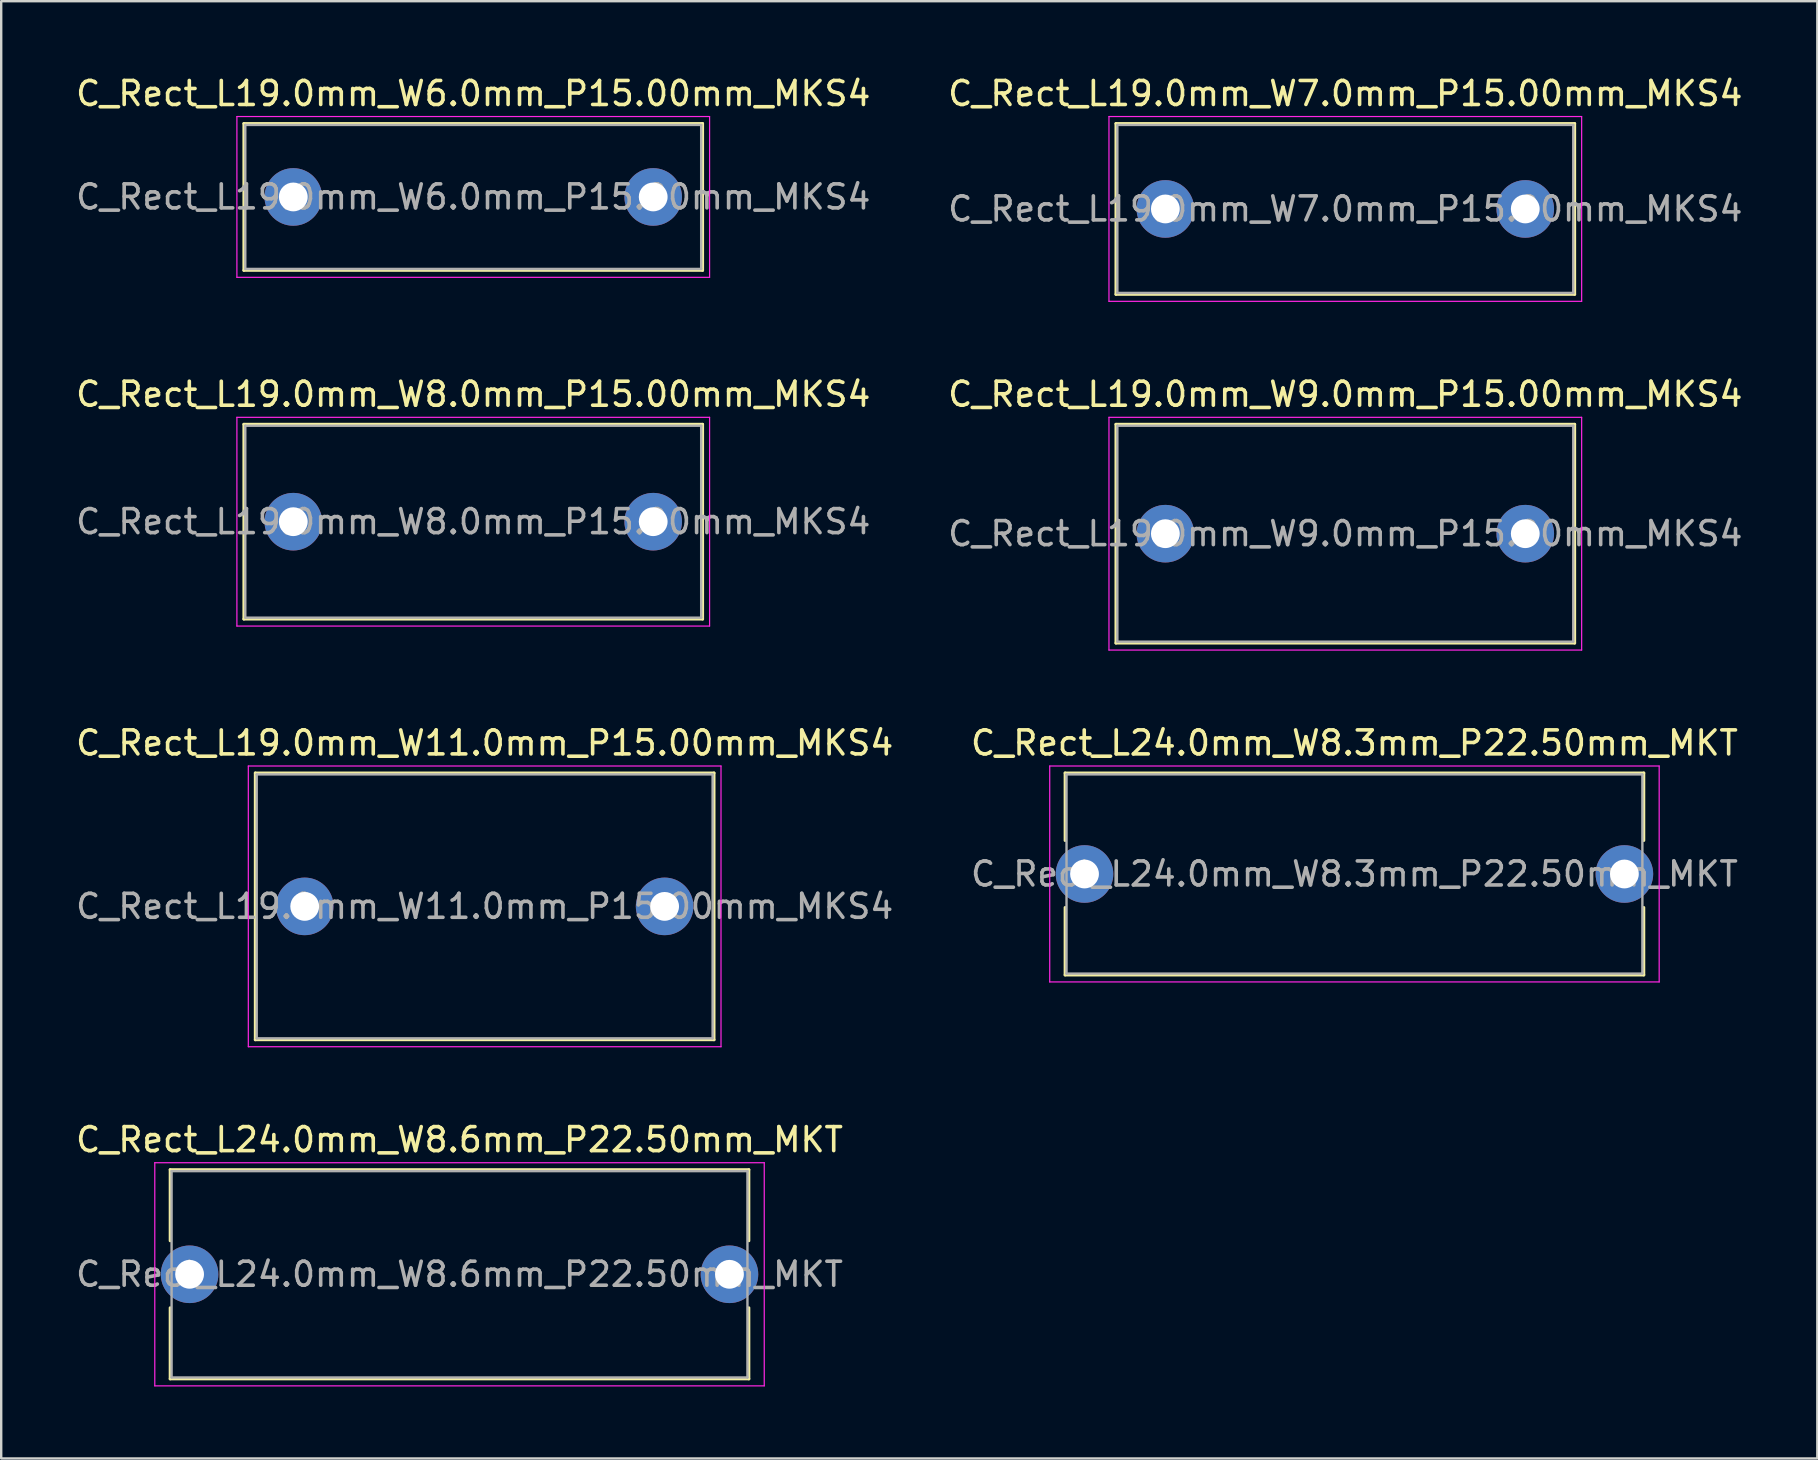
<source format=kicad_pcb>
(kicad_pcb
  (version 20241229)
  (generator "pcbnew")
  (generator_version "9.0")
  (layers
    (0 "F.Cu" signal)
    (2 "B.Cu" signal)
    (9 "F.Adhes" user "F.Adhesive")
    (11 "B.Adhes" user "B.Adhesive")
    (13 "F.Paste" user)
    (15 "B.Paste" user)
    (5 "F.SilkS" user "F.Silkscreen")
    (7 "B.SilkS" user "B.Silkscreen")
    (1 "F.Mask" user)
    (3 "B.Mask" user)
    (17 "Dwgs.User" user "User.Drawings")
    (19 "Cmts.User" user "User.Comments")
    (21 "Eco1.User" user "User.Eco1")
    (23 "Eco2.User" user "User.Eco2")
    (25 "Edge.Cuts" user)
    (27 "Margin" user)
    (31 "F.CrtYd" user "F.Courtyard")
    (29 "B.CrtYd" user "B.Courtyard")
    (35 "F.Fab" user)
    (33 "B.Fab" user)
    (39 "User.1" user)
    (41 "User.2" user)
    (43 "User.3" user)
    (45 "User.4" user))
  (footprint "C_Rect_L19.0mm_W8.0mm_P15.00mm_MKS4"
    (layer "F.Cu")
    (at 9.173 18.692)
    (property "Reference" "C_Rect_L19.0mm_W8.0mm_P15.00mm_MKS4" (at 7.5 -5.31 0) (layer "F.SilkS") (effects (font (size 1 1) (thickness 0.15))))
    (attr through_hole)
    (fp_line (start -2.06 -4.06) (end -2.06 4.06) (stroke (width 0.12) (type solid)) (layer "F.SilkS"))
    (fp_line (start -2.06 -4.06) (end 17.06 -4.06) (stroke (width 0.12) (type solid)) (layer "F.SilkS"))
    (fp_line (start -2.06 4.06) (end 17.06 4.06) (stroke (width 0.12) (type solid)) (layer "F.SilkS"))
    (fp_line (start 17.06 -4.06) (end 17.06 4.06) (stroke (width 0.12) (type solid)) (layer "F.SilkS"))
    (fp_line (start -2.35 -4.35) (end -2.35 4.35) (stroke (width 0.05) (type solid)) (layer "F.CrtYd"))
    (fp_line (start -2.35 4.35) (end 17.35 4.35) (stroke (width 0.05) (type solid)) (layer "F.CrtYd"))
    (fp_line (start 17.35 -4.35) (end -2.35 -4.35) (stroke (width 0.05) (type solid)) (layer "F.CrtYd"))
    (fp_line (start 17.35 4.35) (end 17.35 -4.35) (stroke (width 0.05) (type solid)) (layer "F.CrtYd"))
    (fp_line (start -2 -4) (end -2 4) (stroke (width 0.1) (type solid)) (layer "F.Fab"))
    (fp_line (start -2 4) (end 17 4) (stroke (width 0.1) (type solid)) (layer "F.Fab"))
    (fp_line (start 17 -4) (end -2 -4) (stroke (width 0.1) (type solid)) (layer "F.Fab"))
    (fp_line (start 17 4) (end 17 -4) (stroke (width 0.1) (type solid)) (layer "F.Fab"))
    (fp_text user "${REFERENCE}" (at 7.5 0 0) (layer "F.Fab") (effects (font (size 1 1) (thickness 0.15))))
    (pad "1" thru_hole circle (at 0 0) (size 2.4 2.4) (drill 1.2) (layers "*.Cu" "*.Mask"))
    (pad "2" thru_hole circle (at 15 0) (size 2.4 2.4) (drill 1.2) (layers "*.Cu" "*.Mask")))
  (footprint "C_Rect_L19.0mm_W7.0mm_P15.00mm_MKS4"
    (layer "F.Cu")
    (at 45.518 5.658)
    (property "Reference" "C_Rect_L19.0mm_W7.0mm_P15.00mm_MKS4" (at 7.5 -4.81 0) (layer "F.SilkS") (effects (font (size 1 1) (thickness 0.15))))
    (attr through_hole)
    (fp_line (start -2.06 -3.56) (end -2.06 3.56) (stroke (width 0.12) (type solid)) (layer "F.SilkS"))
    (fp_line (start -2.06 -3.56) (end 17.06 -3.56) (stroke (width 0.12) (type solid)) (layer "F.SilkS"))
    (fp_line (start -2.06 3.56) (end 17.06 3.56) (stroke (width 0.12) (type solid)) (layer "F.SilkS"))
    (fp_line (start 17.06 -3.56) (end 17.06 3.56) (stroke (width 0.12) (type solid)) (layer "F.SilkS"))
    (fp_line (start -2.35 -3.85) (end -2.35 3.85) (stroke (width 0.05) (type solid)) (layer "F.CrtYd"))
    (fp_line (start -2.35 3.85) (end 17.35 3.85) (stroke (width 0.05) (type solid)) (layer "F.CrtYd"))
    (fp_line (start 17.35 -3.85) (end -2.35 -3.85) (stroke (width 0.05) (type solid)) (layer "F.CrtYd"))
    (fp_line (start 17.35 3.85) (end 17.35 -3.85) (stroke (width 0.05) (type solid)) (layer "F.CrtYd"))
    (fp_line (start -2 -3.5) (end -2 3.5) (stroke (width 0.1) (type solid)) (layer "F.Fab"))
    (fp_line (start -2 3.5) (end 17 3.5) (stroke (width 0.1) (type solid)) (layer "F.Fab"))
    (fp_line (start 17 -3.5) (end -2 -3.5) (stroke (width 0.1) (type solid)) (layer "F.Fab"))
    (fp_line (start 17 3.5) (end 17 -3.5) (stroke (width 0.1) (type solid)) (layer "F.Fab"))
    (fp_text user "${REFERENCE}" (at 7.5 0 0) (layer "F.Fab") (effects (font (size 1 1) (thickness 0.15))))
    (pad "1" thru_hole circle (at 0 0) (size 2.4 2.4) (drill 1.2) (layers "*.Cu" "*.Mask"))
    (pad "2" thru_hole circle (at 15 0) (size 2.4 2.4) (drill 1.2) (layers "*.Cu" "*.Mask")))
  (footprint "C_Rect_L19.0mm_W9.0mm_P15.00mm_MKS4"
    (layer "F.Cu")
    (at 45.518 19.192)
    (property "Reference" "C_Rect_L19.0mm_W9.0mm_P15.00mm_MKS4" (at 7.5 -5.81 0) (layer "F.SilkS") (effects (font (size 1 1) (thickness 0.15))))
    (attr through_hole)
    (fp_line (start -2.06 -4.56) (end -2.06 4.56) (stroke (width 0.12) (type solid)) (layer "F.SilkS"))
    (fp_line (start -2.06 -4.56) (end 17.06 -4.56) (stroke (width 0.12) (type solid)) (layer "F.SilkS"))
    (fp_line (start -2.06 4.56) (end 17.06 4.56) (stroke (width 0.12) (type solid)) (layer "F.SilkS"))
    (fp_line (start 17.06 -4.56) (end 17.06 4.56) (stroke (width 0.12) (type solid)) (layer "F.SilkS"))
    (fp_line (start -2.35 -4.85) (end -2.35 4.85) (stroke (width 0.05) (type solid)) (layer "F.CrtYd"))
    (fp_line (start -2.35 4.85) (end 17.35 4.85) (stroke (width 0.05) (type solid)) (layer "F.CrtYd"))
    (fp_line (start 17.35 -4.85) (end -2.35 -4.85) (stroke (width 0.05) (type solid)) (layer "F.CrtYd"))
    (fp_line (start 17.35 4.85) (end 17.35 -4.85) (stroke (width 0.05) (type solid)) (layer "F.CrtYd"))
    (fp_line (start -2 -4.5) (end -2 4.5) (stroke (width 0.1) (type solid)) (layer "F.Fab"))
    (fp_line (start -2 4.5) (end 17 4.5) (stroke (width 0.1) (type solid)) (layer "F.Fab"))
    (fp_line (start 17 -4.5) (end -2 -4.5) (stroke (width 0.1) (type solid)) (layer "F.Fab"))
    (fp_line (start 17 4.5) (end 17 -4.5) (stroke (width 0.1) (type solid)) (layer "F.Fab"))
    (fp_text user "${REFERENCE}" (at 7.5 0 0) (layer "F.Fab") (effects (font (size 1 1) (thickness 0.15))))
    (pad "1" thru_hole circle (at 0 0) (size 2.4 2.4) (drill 1.2) (layers "*.Cu" "*.Mask"))
    (pad "2" thru_hole circle (at 15 0) (size 2.4 2.4) (drill 1.2) (layers "*.Cu" "*.Mask")))
  (footprint "C_Rect_L19.0mm_W11.0mm_P15.00mm_MKS4"
    (layer "F.Cu")
    (at 9.649 34.725)
    (property "Reference" "C_Rect_L19.0mm_W11.0mm_P15.00mm_MKS4" (at 7.5 -6.81 0) (layer "F.SilkS") (effects (font (size 1 1) (thickness 0.15))))
    (attr through_hole)
    (fp_line (start -2.06 -5.56) (end -2.06 5.56) (stroke (width 0.12) (type solid)) (layer "F.SilkS"))
    (fp_line (start -2.06 -5.56) (end 17.06 -5.56) (stroke (width 0.12) (type solid)) (layer "F.SilkS"))
    (fp_line (start -2.06 5.56) (end 17.06 5.56) (stroke (width 0.12) (type solid)) (layer "F.SilkS"))
    (fp_line (start 17.06 -5.56) (end 17.06 5.56) (stroke (width 0.12) (type solid)) (layer "F.SilkS"))
    (fp_line (start -2.35 -5.85) (end -2.35 5.85) (stroke (width 0.05) (type solid)) (layer "F.CrtYd"))
    (fp_line (start -2.35 5.85) (end 17.35 5.85) (stroke (width 0.05) (type solid)) (layer "F.CrtYd"))
    (fp_line (start 17.35 -5.85) (end -2.35 -5.85) (stroke (width 0.05) (type solid)) (layer "F.CrtYd"))
    (fp_line (start 17.35 5.85) (end 17.35 -5.85) (stroke (width 0.05) (type solid)) (layer "F.CrtYd"))
    (fp_line (start -2 -5.5) (end -2 5.5) (stroke (width 0.1) (type solid)) (layer "F.Fab"))
    (fp_line (start -2 5.5) (end 17 5.5) (stroke (width 0.1) (type solid)) (layer "F.Fab"))
    (fp_line (start 17 -5.5) (end -2 -5.5) (stroke (width 0.1) (type solid)) (layer "F.Fab"))
    (fp_line (start 17 5.5) (end 17 -5.5) (stroke (width 0.1) (type solid)) (layer "F.Fab"))
    (fp_text user "${REFERENCE}" (at 7.5 0 0) (layer "F.Fab") (effects (font (size 1 1) (thickness 0.15))))
    (pad "1" thru_hole circle (at 0 0) (size 2.4 2.4) (drill 1.2) (layers "*.Cu" "*.Mask"))
    (pad "2" thru_hole circle (at 15 0) (size 2.4 2.4) (drill 1.2) (layers "*.Cu" "*.Mask")))
  (footprint "C_Rect_L19.0mm_W6.0mm_P15.00mm_MKS4"
    (layer "F.Cu")
    (at 9.173 5.158)
    (property "Reference" "C_Rect_L19.0mm_W6.0mm_P15.00mm_MKS4" (at 7.5 -4.31 0) (layer "F.SilkS") (effects (font (size 1 1) (thickness 0.15))))
    (attr through_hole)
    (fp_line (start -2.06 -3.06) (end -2.06 3.06) (stroke (width 0.12) (type solid)) (layer "F.SilkS"))
    (fp_line (start -2.06 -3.06) (end 17.06 -3.06) (stroke (width 0.12) (type solid)) (layer "F.SilkS"))
    (fp_line (start -2.06 3.06) (end 17.06 3.06) (stroke (width 0.12) (type solid)) (layer "F.SilkS"))
    (fp_line (start 17.06 -3.06) (end 17.06 3.06) (stroke (width 0.12) (type solid)) (layer "F.SilkS"))
    (fp_line (start -2.35 -3.35) (end -2.35 3.35) (stroke (width 0.05) (type solid)) (layer "F.CrtYd"))
    (fp_line (start -2.35 3.35) (end 17.35 3.35) (stroke (width 0.05) (type solid)) (layer "F.CrtYd"))
    (fp_line (start 17.35 -3.35) (end -2.35 -3.35) (stroke (width 0.05) (type solid)) (layer "F.CrtYd"))
    (fp_line (start 17.35 3.35) (end 17.35 -3.35) (stroke (width 0.05) (type solid)) (layer "F.CrtYd"))
    (fp_line (start -2 -3) (end -2 3) (stroke (width 0.1) (type solid)) (layer "F.Fab"))
    (fp_line (start -2 3) (end 17 3) (stroke (width 0.1) (type solid)) (layer "F.Fab"))
    (fp_line (start 17 -3) (end -2 -3) (stroke (width 0.1) (type solid)) (layer "F.Fab"))
    (fp_line (start 17 3) (end 17 -3) (stroke (width 0.1) (type solid)) (layer "F.Fab"))
    (fp_text user "${REFERENCE}" (at 7.5 0 0) (layer "F.Fab") (effects (font (size 1 1) (thickness 0.15))))
    (pad "1" thru_hole circle (at 0 0) (size 2.4 2.4) (drill 1.2) (layers "*.Cu" "*.Mask"))
    (pad "2" thru_hole circle (at 15 0) (size 2.4 2.4) (drill 1.2) (layers "*.Cu" "*.Mask")))
  (footprint "C_Rect_L24.0mm_W8.3mm_P22.50mm_MKT"
    (layer "F.Cu")
    (at 42.149 33.375)
    (property "Reference" "C_Rect_L24.0mm_W8.3mm_P22.50mm_MKT" (at 11.25 -5.46 0) (layer "F.SilkS") (effects (font (size 1 1) (thickness 0.15))))
    (attr through_hole)
    (fp_line (start -0.81 -4.21) (end -0.81 -1.395) (stroke (width 0.12) (type solid)) (layer "F.SilkS"))
    (fp_line (start -0.81 -4.21) (end 23.31 -4.21) (stroke (width 0.12) (type solid)) (layer "F.SilkS"))
    (fp_line (start -0.81 1.395) (end -0.81 4.21) (stroke (width 0.12) (type solid)) (layer "F.SilkS"))
    (fp_line (start -0.81 4.21) (end 23.31 4.21) (stroke (width 0.12) (type solid)) (layer "F.SilkS"))
    (fp_line (start 23.31 -4.21) (end 23.31 -1.395) (stroke (width 0.12) (type solid)) (layer "F.SilkS"))
    (fp_line (start 23.31 1.395) (end 23.31 4.21) (stroke (width 0.12) (type solid)) (layer "F.SilkS"))
    (fp_line (start -1.45 -4.5) (end -1.45 4.5) (stroke (width 0.05) (type solid)) (layer "F.CrtYd"))
    (fp_line (start -1.45 4.5) (end 23.95 4.5) (stroke (width 0.05) (type solid)) (layer "F.CrtYd"))
    (fp_line (start 23.95 -4.5) (end -1.45 -4.5) (stroke (width 0.05) (type solid)) (layer "F.CrtYd"))
    (fp_line (start 23.95 4.5) (end 23.95 -4.5) (stroke (width 0.05) (type solid)) (layer "F.CrtYd"))
    (fp_line (start -0.75 -4.15) (end -0.75 4.15) (stroke (width 0.1) (type solid)) (layer "F.Fab"))
    (fp_line (start -0.75 4.15) (end 23.25 4.15) (stroke (width 0.1) (type solid)) (layer "F.Fab"))
    (fp_line (start 23.25 -4.15) (end -0.75 -4.15) (stroke (width 0.1) (type solid)) (layer "F.Fab"))
    (fp_line (start 23.25 4.15) (end 23.25 -4.15) (stroke (width 0.1) (type solid)) (layer "F.Fab"))
    (fp_text user "${REFERENCE}" (at 11.25 0 0) (layer "F.Fab") (effects (font (size 1 1) (thickness 0.15))))
    (pad "1" thru_hole circle (at 0 0) (size 2.4 2.4) (drill 1.2) (layers "*.Cu" "*.Mask"))
    (pad "2" thru_hole circle (at 22.5 0) (size 2.4 2.4) (drill 1.2) (layers "*.Cu" "*.Mask")))
  (footprint "C_Rect_L24.0mm_W8.6mm_P22.50mm_MKT"
    (layer "F.Cu")
    (at 4.851 50.058)
    (property "Reference" "C_Rect_L24.0mm_W8.6mm_P22.50mm_MKT" (at 11.25 -5.61 0) (layer "F.SilkS") (effects (font (size 1 1) (thickness 0.15))))
    (attr through_hole)
    (fp_line (start -0.81 -4.36) (end -0.81 -1.395) (stroke (width 0.12) (type solid)) (layer "F.SilkS"))
    (fp_line (start -0.81 -4.36) (end 23.31 -4.36) (stroke (width 0.12) (type solid)) (layer "F.SilkS"))
    (fp_line (start -0.81 1.395) (end -0.81 4.36) (stroke (width 0.12) (type solid)) (layer "F.SilkS"))
    (fp_line (start -0.81 4.36) (end 23.31 4.36) (stroke (width 0.12) (type solid)) (layer "F.SilkS"))
    (fp_line (start 23.31 -4.36) (end 23.31 -1.395) (stroke (width 0.12) (type solid)) (layer "F.SilkS"))
    (fp_line (start 23.31 1.395) (end 23.31 4.36) (stroke (width 0.12) (type solid)) (layer "F.SilkS"))
    (fp_line (start -1.45 -4.65) (end -1.45 4.65) (stroke (width 0.05) (type solid)) (layer "F.CrtYd"))
    (fp_line (start -1.45 4.65) (end 23.95 4.65) (stroke (width 0.05) (type solid)) (layer "F.CrtYd"))
    (fp_line (start 23.95 -4.65) (end -1.45 -4.65) (stroke (width 0.05) (type solid)) (layer "F.CrtYd"))
    (fp_line (start 23.95 4.65) (end 23.95 -4.65) (stroke (width 0.05) (type solid)) (layer "F.CrtYd"))
    (fp_line (start -0.75 -4.3) (end -0.75 4.3) (stroke (width 0.1) (type solid)) (layer "F.Fab"))
    (fp_line (start -0.75 4.3) (end 23.25 4.3) (stroke (width 0.1) (type solid)) (layer "F.Fab"))
    (fp_line (start 23.25 -4.3) (end -0.75 -4.3) (stroke (width 0.1) (type solid)) (layer "F.Fab"))
    (fp_line (start 23.25 4.3) (end 23.25 -4.3) (stroke (width 0.1) (type solid)) (layer "F.Fab"))
    (fp_text user "${REFERENCE}" (at 11.25 0 0) (layer "F.Fab") (effects (font (size 1 1) (thickness 0.15))))
    (pad "1" thru_hole circle (at 0 0) (size 2.4 2.4) (drill 1.2) (layers "*.Cu" "*.Mask"))
    (pad "2" thru_hole circle (at 22.5 0) (size 2.4 2.4) (drill 1.2) (layers "*.Cu" "*.Mask")))
  (gr_rect
    (start -3 -3)
    (end 72.69 57.733)
    (stroke (width 0.1) (type default))
    (fill no)
    (layer "Edge.Cuts")))
</source>
